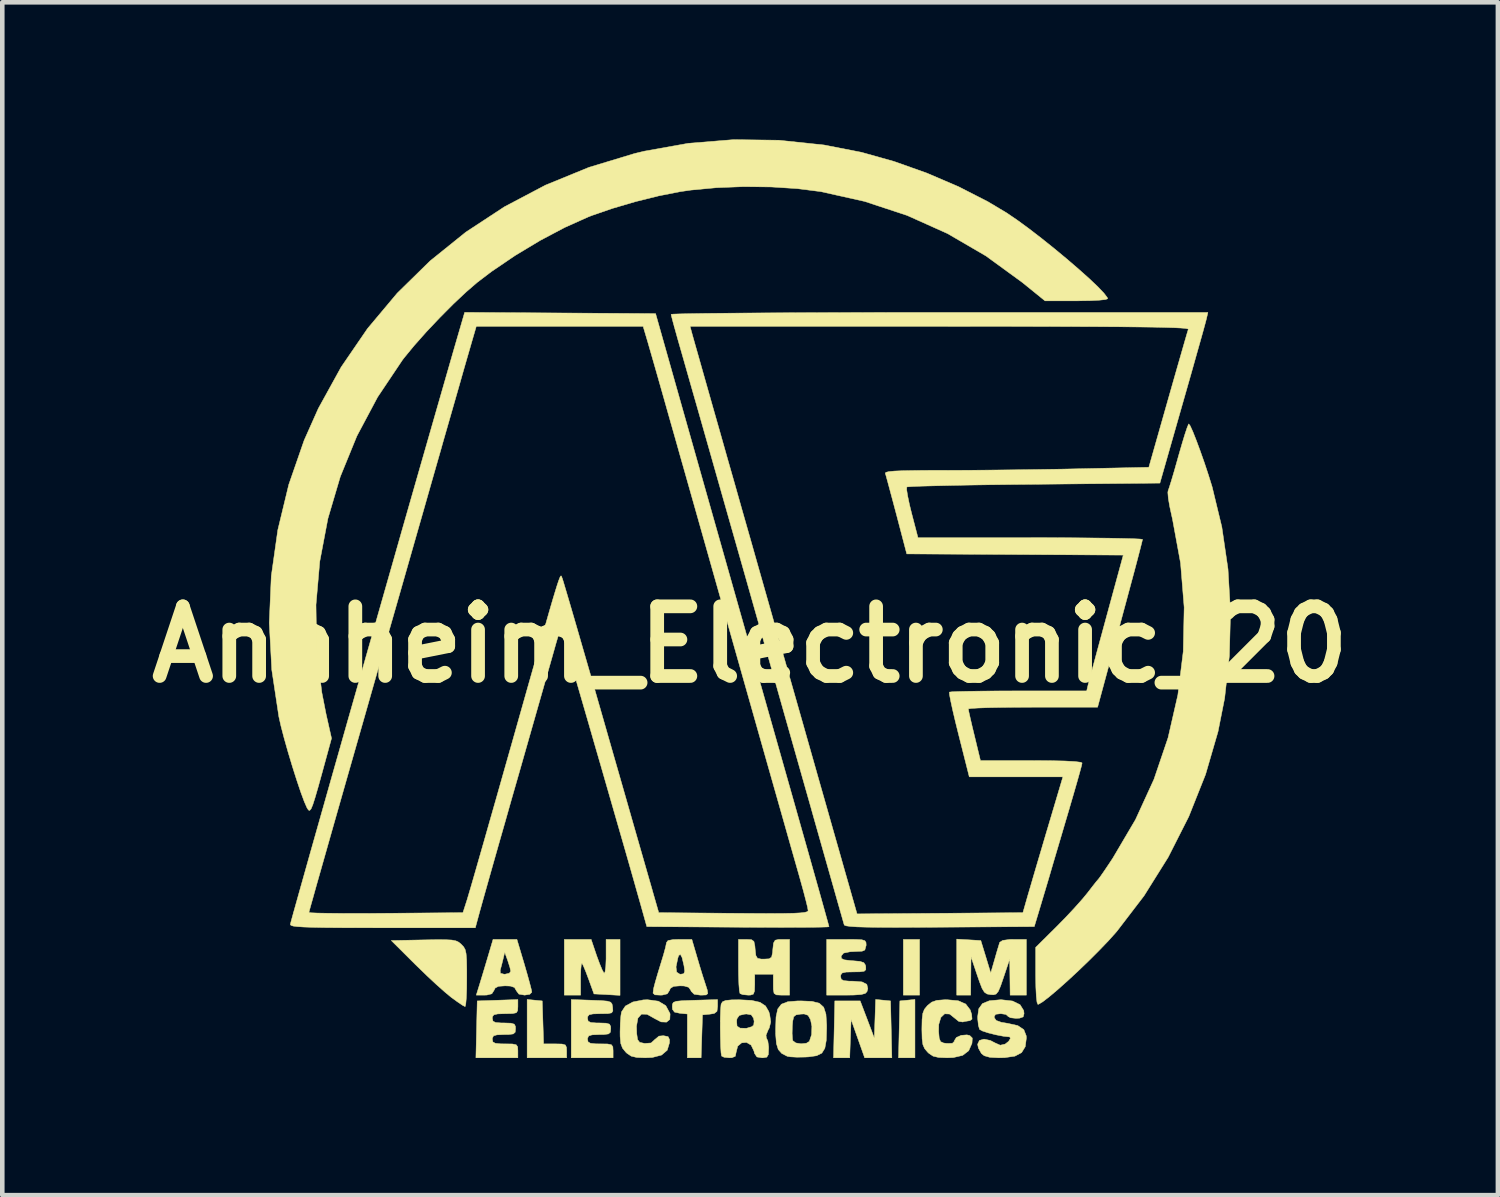
<source format=kicad_pcb>
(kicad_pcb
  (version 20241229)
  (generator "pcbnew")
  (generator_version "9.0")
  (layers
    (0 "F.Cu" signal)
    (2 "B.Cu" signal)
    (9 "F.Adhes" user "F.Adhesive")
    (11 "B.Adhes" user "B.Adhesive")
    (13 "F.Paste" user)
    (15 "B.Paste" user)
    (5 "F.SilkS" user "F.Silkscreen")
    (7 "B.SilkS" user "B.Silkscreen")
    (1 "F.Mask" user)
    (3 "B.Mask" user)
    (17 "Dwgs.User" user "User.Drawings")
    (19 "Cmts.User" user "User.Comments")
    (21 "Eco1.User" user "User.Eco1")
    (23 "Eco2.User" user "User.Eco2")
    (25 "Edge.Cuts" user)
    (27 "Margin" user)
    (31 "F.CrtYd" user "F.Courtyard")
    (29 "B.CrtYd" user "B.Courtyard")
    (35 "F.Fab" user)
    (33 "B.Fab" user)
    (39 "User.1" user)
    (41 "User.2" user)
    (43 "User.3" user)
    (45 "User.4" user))
  (footprint "Anaheim_Electronic_20"
    (layer "F.Cu")
    (at 13.36 11.05)
    (property "Reference" "Anaheim_Electronic_20" (at 0 0 0) (layer "F.SilkS") (effects (font (size 1.524 1.524) (thickness 0.3))))
    (attr through_hole)
    (fp_poly (pts (xy 3.607 9.042) (xy 3.248 9.042) (xy 3.277 7.798) (xy 3.607 7.766) (xy 3.607 9.042)) (stroke (width 0.01) (type solid)) (fill yes) (layer "F.SilkS"))
    (fp_poly (pts (xy 3.708 7.671) (xy 3.353 7.671) (xy 3.353 6.452) (xy 3.708 6.452) (xy 3.708 7.671)) (stroke (width 0.01) (type solid)) (fill yes) (layer "F.SilkS"))
    (fp_poly (pts (xy -4.547 7.798) (xy -4.517 8.738) (xy -4.265 8.738) (xy -4.116 8.741) (xy -4.041 8.762) (xy -4.016 8.816) (xy -4.013 8.89) (xy -4.013 9.042) (xy -4.877 9.042) (xy -4.877 7.766) (xy -4.547 7.798)) (stroke (width 0.01) (type solid)) (fill yes) (layer "F.SilkS"))
    (fp_poly (pts (xy 2.91 7.782) (xy 3.073 7.798) (xy 3.088 8.42) (xy 3.102 9.042) (xy 2.507 9.042) (xy 2.21 8.204) (xy 2.195 8.623) (xy 2.18 9.042) (xy 1.826 9.042) (xy 1.854 7.798) (xy 2.409 7.798) (xy 2.564 8.204) (xy 2.718 8.611) (xy 2.733 8.188) (xy 2.747 7.766) (xy 2.91 7.782)) (stroke (width 0.01) (type solid)) (fill yes) (layer "F.SilkS"))
    (fp_poly (pts (xy -0.711 7.92) (xy -0.724 8.026) (xy -0.784 8.072) (xy -0.876 8.087) (xy -1.041 8.103) (xy -1.056 8.572) (xy -1.071 9.042) (xy -1.372 9.042) (xy -1.372 8.084) (xy -1.537 8.068) (xy -1.653 8.043) (xy -1.697 7.984) (xy -1.702 7.925) (xy -1.698 7.866) (xy -1.675 7.829) (xy -1.613 7.806) (xy -1.494 7.794) (xy -1.298 7.786) (xy -1.206 7.783) (xy -0.711 7.769) (xy -0.711 7.92)) (stroke (width 0.01) (type solid)) (fill yes) (layer "F.SilkS"))
    (fp_poly (pts (xy -3.356 6.81) (xy -3.291 6.986) (xy -3.234 7.122) (xy -3.195 7.191) (xy -3.192 7.194) (xy -3.172 7.16) (xy -3.157 7.047) (xy -3.15 6.878) (xy -3.15 6.836) (xy -3.15 6.452) (xy -2.845 6.452) (xy -2.845 7.676) (xy -3.415 7.645) (xy -3.531 7.325) (xy -3.594 7.157) (xy -3.647 7.031) (xy -3.678 6.973) (xy -3.693 7.004) (xy -3.703 7.114) (xy -3.708 7.28) (xy -3.708 7.307) (xy -3.708 7.671) (xy -4.064 7.671) (xy -4.064 6.452) (xy -3.477 6.452) (xy -3.356 6.81)) (stroke (width 0.01) (type solid)) (fill yes) (layer "F.SilkS"))
    (fp_poly (pts (xy -6.66 6.459) (xy -6.525 6.466) (xy -6.436 6.484) (xy -6.374 6.513) (xy -6.321 6.557) (xy -6.317 6.561) (xy -6.267 6.614) (xy -6.233 6.675) (xy -6.213 6.763) (xy -6.202 6.9) (xy -6.198 7.105) (xy -6.198 7.299) (xy -6.2 7.537) (xy -6.208 7.733) (xy -6.22 7.868) (xy -6.234 7.922) (xy -6.236 7.922) (xy -6.293 7.892) (xy -6.405 7.816) (xy -6.541 7.717) (xy -6.677 7.604) (xy -6.862 7.44) (xy -7.073 7.243) (xy -7.288 7.035) (xy -7.328 6.996) (xy -7.849 6.477) (xy -7.142 6.463) (xy -6.86 6.458) (xy -6.66 6.459)) (stroke (width 0.01) (type solid)) (fill yes) (layer "F.SilkS"))
    (fp_poly (pts (xy 5.048 6.477) (xy 5.157 6.833) (xy 5.265 7.188) (xy 5.353 6.883) (xy 5.402 6.712) (xy 5.443 6.577) (xy 5.462 6.515) (xy 5.527 6.474) (xy 5.681 6.453) (xy 5.764 6.452) (xy 6.045 6.452) (xy 6.045 7.671) (xy 5.69 7.671) (xy 5.68 6.883) (xy 5.547 7.279) (xy 5.48 7.474) (xy 5.43 7.59) (xy 5.383 7.647) (xy 5.326 7.664) (xy 5.261 7.66) (xy 5.184 7.646) (xy 5.127 7.607) (xy 5.076 7.525) (xy 5.019 7.378) (xy 4.971 7.239) (xy 4.834 6.833) (xy 4.826 7.671) (xy 4.521 7.671) (xy 4.521 6.446) (xy 5.048 6.477)) (stroke (width 0.01) (type solid)) (fill yes) (layer "F.SilkS"))
    (fp_poly (pts (xy 0.031 6.458) (xy 0.084 6.496) (xy 0.105 6.594) (xy 0.111 6.668) (xy 0.126 6.803) (xy 0.162 6.865) (xy 0.243 6.883) (xy 0.305 6.883) (xy 0.417 6.877) (xy 0.471 6.84) (xy 0.492 6.742) (xy 0.498 6.668) (xy 0.513 6.532) (xy 0.549 6.47) (xy 0.629 6.452) (xy 0.689 6.452) (xy 0.864 6.452) (xy 0.864 7.671) (xy 0.686 7.671) (xy 0.577 7.666) (xy 0.525 7.633) (xy 0.509 7.544) (xy 0.508 7.442) (xy 0.508 7.214) (xy 0.102 7.214) (xy 0.102 7.442) (xy 0.097 7.583) (xy 0.071 7.65) (xy 0.008 7.67) (xy -0.042 7.671) (xy -0.159 7.66) (xy -0.22 7.637) (xy -0.234 7.575) (xy -0.245 7.434) (xy -0.252 7.235) (xy -0.254 7.027) (xy -0.254 6.452) (xy -0.079 6.452) (xy 0.031 6.458)) (stroke (width 0.01) (type solid)) (fill yes) (layer "F.SilkS"))
    (fp_poly (pts (xy -5.08 7.923) (xy -5.085 8.011) (xy -5.115 8.057) (xy -5.196 8.074) (xy -5.353 8.077) (xy -5.359 8.077) (xy -5.521 8.082) (xy -5.605 8.101) (xy -5.636 8.143) (xy -5.639 8.179) (xy -5.625 8.24) (xy -5.569 8.27) (xy -5.444 8.28) (xy -5.385 8.28) (xy -5.234 8.285) (xy -5.159 8.306) (xy -5.133 8.356) (xy -5.131 8.407) (xy -5.139 8.483) (xy -5.181 8.52) (xy -5.283 8.533) (xy -5.385 8.534) (xy -5.537 8.54) (xy -5.613 8.562) (xy -5.638 8.613) (xy -5.639 8.636) (xy -5.627 8.695) (xy -5.574 8.725) (xy -5.457 8.737) (xy -5.359 8.738) (xy -5.2 8.74) (xy -5.117 8.757) (xy -5.085 8.802) (xy -5.08 8.888) (xy -5.08 8.89) (xy -5.08 9.042) (xy -5.998 9.042) (xy -5.969 7.798) (xy -5.08 7.768) (xy -5.08 7.923)) (stroke (width 0.01) (type solid)) (fill yes) (layer "F.SilkS"))
    (fp_poly (pts (xy -4.938 6.998) (xy -4.873 7.223) (xy -4.82 7.415) (xy -4.785 7.552) (xy -4.775 7.607) (xy -4.82 7.653) (xy -4.932 7.671) (xy -5.058 7.649) (xy -5.115 7.573) (xy -5.116 7.569) (xy -5.155 7.503) (xy -5.244 7.473) (xy -5.359 7.468) (xy -5.504 7.478) (xy -5.577 7.516) (xy -5.603 7.569) (xy -5.65 7.642) (xy -5.757 7.669) (xy -5.809 7.671) (xy -5.99 7.671) (xy -5.915 7.429) (xy -5.862 7.254) (xy -5.823 7.125) (xy -5.467 7.125) (xy -5.463 7.192) (xy -5.384 7.213) (xy -5.363 7.214) (xy -5.267 7.192) (xy -5.236 7.15) (xy -5.255 7.062) (xy -5.297 6.931) (xy -5.304 6.91) (xy -5.368 6.733) (xy -5.404 6.884) (xy -5.439 7.025) (xy -5.467 7.125) (xy -5.823 7.125) (xy -5.795 7.031) (xy -5.732 6.82) (xy -5.623 6.452) (xy -5.101 6.452) (xy -4.938 6.998)) (stroke (width 0.01) (type solid)) (fill yes) (layer "F.SilkS"))
    (fp_poly (pts (xy 2.317 6.453) (xy 2.445 6.46) (xy 2.511 6.48) (xy 2.536 6.518) (xy 2.54 6.579) (xy 2.511 6.684) (xy 2.451 6.71) (xy 2.339 6.715) (xy 2.192 6.722) (xy 2.185 6.723) (xy 2.046 6.751) (xy 1.992 6.817) (xy 1.999 6.869) (xy 2.061 6.899) (xy 2.199 6.916) (xy 2.245 6.919) (xy 2.404 6.933) (xy 2.489 6.961) (xy 2.524 7.015) (xy 2.531 7.048) (xy 2.532 7.114) (xy 2.497 7.148) (xy 2.402 7.161) (xy 2.264 7.163) (xy 2.101 7.167) (xy 2.016 7.186) (xy 1.985 7.227) (xy 1.981 7.264) (xy 1.994 7.324) (xy 2.047 7.354) (xy 2.165 7.365) (xy 2.255 7.366) (xy 2.45 7.382) (xy 2.554 7.435) (xy 2.576 7.529) (xy 2.558 7.595) (xy 2.52 7.634) (xy 2.429 7.658) (xy 2.268 7.669) (xy 2.103 7.671) (xy 1.676 7.671) (xy 1.676 6.452) (xy 2.108 6.452) (xy 2.317 6.453)) (stroke (width 0.01) (type solid)) (fill yes) (layer "F.SilkS"))
    (fp_poly (pts (xy -3.467 7.783) (xy -3.254 7.791) (xy -3.122 7.803) (xy -3.051 7.825) (xy -3.02 7.865) (xy -3.008 7.929) (xy -3.007 7.938) (xy -3.002 8.017) (xy -3.029 8.059) (xy -3.11 8.075) (xy -3.268 8.077) (xy -3.273 8.077) (xy -3.436 8.082) (xy -3.521 8.1) (xy -3.553 8.142) (xy -3.556 8.179) (xy -3.543 8.24) (xy -3.486 8.27) (xy -3.361 8.28) (xy -3.302 8.28) (xy -3.151 8.285) (xy -3.076 8.306) (xy -3.05 8.356) (xy -3.048 8.407) (xy -3.056 8.483) (xy -3.098 8.52) (xy -3.2 8.533) (xy -3.302 8.534) (xy -3.454 8.54) (xy -3.53 8.562) (xy -3.555 8.613) (xy -3.556 8.636) (xy -3.544 8.695) (xy -3.491 8.725) (xy -3.375 8.737) (xy -3.277 8.738) (xy -3.117 8.74) (xy -3.034 8.757) (xy -3.002 8.802) (xy -2.997 8.888) (xy -2.997 8.89) (xy -2.997 9.042) (xy -3.912 9.042) (xy -3.912 7.768) (xy -3.467 7.783)) (stroke (width 0.01) (type solid)) (fill yes) (layer "F.SilkS"))
    (fp_poly (pts (xy -2.006 7.804) (xy -1.844 7.902) (xy -1.755 8.067) (xy -1.75 8.085) (xy -1.756 8.203) (xy -1.828 8.262) (xy -1.947 8.257) (xy -2.087 8.184) (xy -2.254 8.09) (xy -2.376 8.087) (xy -2.454 8.174) (xy -2.485 8.351) (xy -2.48 8.514) (xy -2.461 8.644) (xy -2.416 8.704) (xy -2.317 8.726) (xy -2.302 8.728) (xy -2.166 8.718) (xy -2.089 8.647) (xy -2.089 8.647) (xy -1.993 8.568) (xy -1.895 8.559) (xy -1.794 8.579) (xy -1.762 8.644) (xy -1.764 8.716) (xy -1.813 8.877) (xy -1.936 8.982) (xy -2.139 9.035) (xy -2.294 9.042) (xy -2.479 9.035) (xy -2.6 9.006) (xy -2.693 8.944) (xy -2.72 8.918) (xy -2.791 8.831) (xy -2.829 8.729) (xy -2.843 8.578) (xy -2.844 8.473) (xy -2.839 8.284) (xy -2.826 8.12) (xy -2.812 8.037) (xy -2.728 7.91) (xy -2.564 7.821) (xy -2.337 7.776) (xy -2.243 7.772) (xy -2.006 7.804)) (stroke (width 0.01) (type solid)) (fill yes) (layer "F.SilkS"))
    (fp_poly (pts (xy 1.355 7.808) (xy 1.515 7.849) (xy 1.611 7.937) (xy 1.66 8.089) (xy 1.675 8.321) (xy 1.675 8.403) (xy 1.667 8.66) (xy 1.636 8.833) (xy 1.57 8.94) (xy 1.455 8.997) (xy 1.279 9.022) (xy 1.206 9.026) (xy 1.026 9.029) (xy 0.881 9.021) (xy 0.813 9.009) (xy 0.693 8.947) (xy 0.617 8.861) (xy 0.576 8.73) (xy 0.56 8.532) (xy 0.56 8.51) (xy 0.92 8.51) (xy 0.928 8.634) (xy 0.935 8.668) (xy 1 8.717) (xy 1.115 8.736) (xy 1.231 8.724) (xy 1.297 8.684) (xy 1.346 8.536) (xy 1.352 8.353) (xy 1.323 8.209) (xy 1.269 8.113) (xy 1.183 8.083) (xy 1.105 8.087) (xy 1.006 8.103) (xy 0.955 8.144) (xy 0.933 8.24) (xy 0.924 8.35) (xy 0.92 8.51) (xy 0.56 8.51) (xy 0.559 8.407) (xy 0.568 8.149) (xy 0.605 7.975) (xy 0.685 7.87) (xy 0.824 7.816) (xy 1.034 7.799) (xy 1.118 7.798) (xy 1.355 7.808)) (stroke (width 0.01) (type solid)) (fill yes) (layer "F.SilkS"))
    (fp_poly (pts (xy -1.166 6.82) (xy -1.102 7.037) (xy -1.037 7.249) (xy -0.986 7.406) (xy -0.937 7.558) (xy -0.925 7.637) (xy -0.961 7.667) (xy -1.052 7.671) (xy -1.089 7.671) (xy -1.223 7.652) (xy -1.288 7.588) (xy -1.295 7.569) (xy -1.342 7.5) (xy -1.442 7.471) (xy -1.532 7.468) (xy -1.673 7.479) (xy -1.743 7.522) (xy -1.763 7.569) (xy -1.811 7.643) (xy -1.921 7.67) (xy -1.966 7.671) (xy -2.082 7.665) (xy -2.123 7.628) (xy -2.111 7.532) (xy -2.108 7.516) (xy -2.076 7.393) (xy -2.023 7.21) (xy -1.975 7.053) (xy -1.62 7.053) (xy -1.606 7.168) (xy -1.538 7.212) (xy -1.518 7.214) (xy -1.45 7.203) (xy -1.43 7.151) (xy -1.445 7.03) (xy -1.447 7.023) (xy -1.487 6.851) (xy -1.525 6.778) (xy -1.562 6.806) (xy -1.58 6.859) (xy -1.62 7.053) (xy -1.975 7.053) (xy -1.96 7.004) (xy -1.951 6.976) (xy -1.893 6.785) (xy -1.85 6.627) (xy -1.83 6.531) (xy -1.829 6.521) (xy -1.795 6.477) (xy -1.684 6.456) (xy -1.552 6.452) (xy -1.274 6.452) (xy -1.166 6.82)) (stroke (width 0.01) (type solid)) (fill yes) (layer "F.SilkS"))
    (fp_poly (pts (xy 4.553 7.794) (xy 4.718 7.866) (xy 4.816 7.994) (xy 4.847 8.09) (xy 4.856 8.195) (xy 4.812 8.229) (xy 4.806 8.23) (xy 4.692 8.248) (xy 4.655 8.259) (xy 4.566 8.246) (xy 4.488 8.183) (xy 4.365 8.085) (xy 4.257 8.08) (xy 4.174 8.159) (xy 4.128 8.313) (xy 4.125 8.467) (xy 4.138 8.615) (xy 4.168 8.689) (xy 4.234 8.719) (xy 4.305 8.728) (xy 4.425 8.726) (xy 4.469 8.682) (xy 4.47 8.666) (xy 4.514 8.597) (xy 4.619 8.551) (xy 4.744 8.541) (xy 4.806 8.555) (xy 4.862 8.61) (xy 4.855 8.725) (xy 4.855 8.725) (xy 4.783 8.888) (xy 4.651 8.989) (xy 4.446 9.037) (xy 4.31 9.042) (xy 4.125 9.035) (xy 4.004 9.006) (xy 3.911 8.944) (xy 3.884 8.918) (xy 3.819 8.841) (xy 3.781 8.754) (xy 3.764 8.627) (xy 3.759 8.431) (xy 3.759 8.407) (xy 3.763 8.203) (xy 3.779 8.071) (xy 3.814 7.981) (xy 3.876 7.905) (xy 3.884 7.897) (xy 3.975 7.824) (xy 4.084 7.786) (xy 4.246 7.773) (xy 4.31 7.772) (xy 4.553 7.794)) (stroke (width 0.01) (type solid)) (fill yes) (layer "F.SilkS"))
    (fp_poly (pts (xy 5.741 7.8) (xy 5.906 7.88) (xy 5.987 8.01) (xy 5.994 8.077) (xy 5.975 8.147) (xy 5.897 8.175) (xy 5.817 8.179) (xy 5.699 8.166) (xy 5.64 8.135) (xy 5.639 8.128) (xy 5.595 8.093) (xy 5.488 8.077) (xy 5.483 8.077) (xy 5.373 8.09) (xy 5.341 8.139) (xy 5.344 8.166) (xy 5.384 8.225) (xy 5.492 8.265) (xy 5.637 8.289) (xy 5.857 8.338) (xy 5.989 8.427) (xy 6.042 8.562) (xy 6.045 8.608) (xy 6.02 8.799) (xy 5.94 8.929) (xy 5.794 9.006) (xy 5.569 9.039) (xy 5.441 9.042) (xy 5.246 9.032) (xy 5.123 8.997) (xy 5.062 8.949) (xy 4.996 8.832) (xy 4.978 8.746) (xy 5.018 8.662) (xy 5.118 8.634) (xy 5.256 8.663) (xy 5.358 8.716) (xy 5.473 8.767) (xy 5.578 8.743) (xy 5.585 8.739) (xy 5.657 8.682) (xy 5.696 8.619) (xy 5.681 8.585) (xy 5.677 8.585) (xy 5.544 8.571) (xy 5.378 8.539) (xy 5.214 8.498) (xy 5.084 8.456) (xy 5.021 8.421) (xy 4.995 8.332) (xy 4.98 8.189) (xy 4.979 8.144) (xy 5.003 7.97) (xy 5.084 7.856) (xy 5.236 7.794) (xy 5.47 7.773) (xy 5.498 7.772) (xy 5.741 7.8)) (stroke (width 0.01) (type solid)) (fill yes) (layer "F.SilkS"))
    (fp_poly (pts (xy 0.031 7.786) (xy 0.217 7.828) (xy 0.338 7.908) (xy 0.411 8.034) (xy 0.429 8.097) (xy 0.452 8.258) (xy 0.42 8.389) (xy 0.394 8.437) (xy 0.349 8.547) (xy 0.357 8.611) (xy 0.359 8.612) (xy 0.389 8.678) (xy 0.406 8.803) (xy 0.406 8.842) (xy 0.4 8.971) (xy 0.366 9.028) (xy 0.284 9.042) (xy 0.26 9.042) (xy 0.15 9.024) (xy 0.098 8.947) (xy 0.085 8.894) (xy 0.023 8.765) (xy -0.077 8.706) (xy -0.185 8.715) (xy -0.271 8.788) (xy -0.305 8.922) (xy -0.323 9.009) (xy -0.398 9.04) (xy -0.454 9.042) (xy -0.567 9.031) (xy -0.623 9.004) (xy -0.635 8.932) (xy -0.644 8.785) (xy -0.649 8.591) (xy -0.652 8.376) (xy -0.651 8.238) (xy -0.295 8.238) (xy -0.285 8.349) (xy -0.219 8.393) (xy -0.079 8.397) (xy 0.04 8.361) (xy 0.08 8.325) (xy 0.089 8.244) (xy 0.075 8.175) (xy 0.026 8.102) (xy -0.076 8.084) (xy -0.119 8.087) (xy -0.236 8.115) (xy -0.286 8.186) (xy -0.295 8.238) (xy -0.651 8.238) (xy -0.651 8.169) (xy -0.645 7.996) (xy -0.636 7.884) (xy -0.632 7.865) (xy -0.602 7.816) (xy -0.534 7.788) (xy -0.406 7.775) (xy -0.238 7.773) (xy 0.031 7.786)) (stroke (width 0.01) (type solid)) (fill yes) (layer "F.SilkS"))
    (fp_poly (pts (xy 9.631 -4.78) (xy 9.688 -4.654) (xy 9.762 -4.467) (xy 9.848 -4.235) (xy 9.939 -3.977) (xy 10.028 -3.708) (xy 10.109 -3.448) (xy 10.321 -2.571) (xy 10.456 -1.649) (xy 10.511 -0.703) (xy 10.486 0.247) (xy 10.382 1.179) (xy 10.238 1.905) (xy 9.965 2.843) (xy 9.598 3.765) (xy 9.147 4.655) (xy 8.62 5.497) (xy 8.026 6.273) (xy 8.004 6.299) (xy 7.838 6.484) (xy 7.636 6.694) (xy 7.412 6.918) (xy 7.179 7.142) (xy 6.948 7.356) (xy 6.733 7.548) (xy 6.547 7.705) (xy 6.402 7.817) (xy 6.311 7.871) (xy 6.297 7.874) (xy 6.277 7.826) (xy 6.262 7.693) (xy 6.252 7.491) (xy 6.248 7.251) (xy 6.248 6.627) (xy 6.708 6.171) (xy 6.909 5.966) (xy 7.105 5.756) (xy 7.274 5.566) (xy 7.381 5.436) (xy 7.492 5.292) (xy 7.578 5.183) (xy 7.623 5.131) (xy 7.623 5.131) (xy 7.661 5.08) (xy 7.742 4.964) (xy 7.852 4.801) (xy 7.936 4.674) (xy 8.433 3.83) (xy 8.836 2.95) (xy 9.145 2.04) (xy 9.359 1.105) (xy 9.477 0.153) (xy 9.497 -0.812) (xy 9.418 -1.782) (xy 9.24 -2.751) (xy 9.228 -2.802) (xy 9.181 -3.018) (xy 9.15 -3.2) (xy 9.14 -3.324) (xy 9.145 -3.361) (xy 9.17 -3.433) (xy 9.217 -3.582) (xy 9.279 -3.791) (xy 9.349 -4.038) (xy 9.374 -4.128) (xy 9.446 -4.377) (xy 9.509 -4.586) (xy 9.56 -4.739) (xy 9.592 -4.818) (xy 9.598 -4.826) (xy 9.631 -4.78)) (stroke (width 0.01) (type solid)) (fill yes) (layer "F.SilkS"))
    (fp_poly (pts (xy 0.632 -11.032) (xy 1.619 -10.928) (xy 2.438 -10.768) (xy 3.15 -10.568) (xy 3.868 -10.313) (xy 4.563 -10.015) (xy 5.206 -9.686) (xy 5.617 -9.44) (xy 5.843 -9.286) (xy 6.099 -9.099) (xy 6.373 -8.888) (xy 6.654 -8.663) (xy 6.929 -8.435) (xy 7.187 -8.213) (xy 7.417 -8.008) (xy 7.606 -7.829) (xy 7.742 -7.686) (xy 7.815 -7.59) (xy 7.823 -7.564) (xy 7.775 -7.547) (xy 7.645 -7.533) (xy 7.449 -7.523) (xy 7.208 -7.519) (xy 7.138 -7.518) (xy 6.453 -7.518) (xy 5.957 -7.92) (xy 5.161 -8.5) (xy 4.32 -8.99) (xy 3.435 -9.387) (xy 2.505 -9.694) (xy 1.547 -9.908) (xy 1.037 -9.973) (xy 0.464 -10.01) (xy -0.138 -10.017) (xy -0.733 -9.994) (xy -1.289 -9.942) (xy -1.531 -9.907) (xy -2.003 -9.814) (xy -2.509 -9.688) (xy -3.009 -9.541) (xy -3.459 -9.386) (xy -3.541 -9.354) (xy -4.052 -9.125) (xy -4.597 -8.837) (xy -5.143 -8.508) (xy -5.66 -8.157) (xy -5.969 -7.922) (xy -6.21 -7.714) (xy -6.492 -7.449) (xy -6.79 -7.149) (xy -7.084 -6.838) (xy -7.35 -6.538) (xy -7.567 -6.274) (xy -7.606 -6.223) (xy -8.148 -5.414) (xy -8.602 -4.561) (xy -8.965 -3.672) (xy -9.236 -2.756) (xy -9.414 -1.818) (xy -9.497 -0.867) (xy -9.483 0.09) (xy -9.37 1.045) (xy -9.276 1.524) (xy -9.157 2.053) (xy -9.359 2.792) (xy -9.448 3.113) (xy -9.516 3.347) (xy -9.566 3.504) (xy -9.604 3.595) (xy -9.635 3.631) (xy -9.662 3.622) (xy -9.69 3.579) (xy -9.694 3.572) (xy -9.753 3.438) (xy -9.831 3.227) (xy -9.92 2.962) (xy -10.015 2.663) (xy -10.108 2.353) (xy -10.193 2.053) (xy -10.263 1.785) (xy -10.309 1.581) (xy -10.464 0.554) (xy -10.519 -0.474) (xy -10.475 -1.496) (xy -10.332 -2.506) (xy -10.092 -3.499) (xy -9.756 -4.467) (xy -9.445 -5.165) (xy -8.946 -6.07) (xy -8.37 -6.911) (xy -7.72 -7.686) (xy -7.001 -8.391) (xy -6.218 -9.022) (xy -5.374 -9.576) (xy -4.475 -10.05) (xy -3.525 -10.439) (xy -2.528 -10.741) (xy -2.311 -10.793) (xy -1.35 -10.965) (xy -0.363 -11.045) (xy 0.632 -11.032)) (stroke (width 0.01) (type solid)) (fill yes) (layer "F.SilkS"))
    (fp_poly (pts (xy -2.067 -7.239) (xy -1.514 -5.283) (xy -1.116 -3.877) (xy -0.693 -2.383) (xy -0.248 -0.812) (xy 0.217 0.826) (xy 0.698 2.522) (xy 0.988 3.545) (xy 1.128 4.041) (xy 1.26 4.506) (xy 1.38 4.932) (xy 1.487 5.311) (xy 1.577 5.632) (xy 1.648 5.887) (xy 1.698 6.066) (xy 1.724 6.162) (xy 1.727 6.175) (xy 1.678 6.18) (xy 1.538 6.184) (xy 1.319 6.187) (xy 1.03 6.188) (xy 0.683 6.189) (xy 0.289 6.188) (xy -0.141 6.186) (xy -0.266 6.185) (xy -2.259 6.172) (xy -2.394 5.69) (xy -2.454 5.479) (xy -2.533 5.199) (xy -2.629 4.862) (xy -2.739 4.477) (xy -2.861 4.054) (xy -2.991 3.603) (xy -3.126 3.134) (xy -3.263 2.658) (xy -3.401 2.183) (xy -3.534 1.721) (xy -3.662 1.28) (xy -3.78 0.873) (xy -3.887 0.507) (xy -3.978 0.194) (xy -4.052 -0.057) (xy -4.104 -0.235) (xy -4.134 -0.331) (xy -4.138 -0.345) (xy -4.158 -0.307) (xy -4.196 -0.194) (xy -4.245 -0.028) (xy -4.256 0.011) (xy -4.29 0.132) (xy -4.349 0.34) (xy -4.43 0.624) (xy -4.529 0.973) (xy -4.644 1.375) (xy -4.771 1.82) (xy -4.907 2.297) (xy -5.049 2.795) (xy -5.078 2.896) (xy -5.222 3.397) (xy -5.359 3.881) (xy -5.489 4.335) (xy -5.607 4.75) (xy -5.71 5.114) (xy -5.795 5.415) (xy -5.859 5.643) (xy -5.899 5.787) (xy -5.904 5.804) (xy -6.011 6.198) (xy -8.035 6.198) (xy -8.549 6.197) (xy -8.971 6.196) (xy -9.309 6.193) (xy -9.571 6.188) (xy -9.767 6.181) (xy -9.905 6.172) (xy -9.993 6.161) (xy -10.042 6.146) (xy -10.058 6.128) (xy -10.058 6.125) (xy -10.045 6.07) (xy -10.005 5.924) (xy -9.988 5.863) (xy -9.652 5.863) (xy -9.603 5.87) (xy -9.465 5.876) (xy -9.248 5.88) (xy -8.965 5.883) (xy -8.628 5.884) (xy -8.248 5.883) (xy -7.967 5.881) (xy -6.282 5.867) (xy -6.192 5.588) (xy -6.163 5.49) (xy -6.108 5.304) (xy -6.031 5.038) (xy -5.935 4.703) (xy -5.821 4.306) (xy -5.694 3.859) (xy -5.554 3.369) (xy -5.406 2.847) (xy -5.251 2.301) (xy -5.232 2.235) (xy -5.034 1.535) (xy -4.862 0.926) (xy -4.713 0.402) (xy -4.587 -0.042) (xy -4.481 -0.414) (xy -4.394 -0.719) (xy -4.323 -0.963) (xy -4.266 -1.152) (xy -4.222 -1.294) (xy -4.189 -1.393) (xy -4.165 -1.457) (xy -4.148 -1.491) (xy -4.136 -1.502) (xy -4.127 -1.495) (xy -4.12 -1.477) (xy -4.112 -1.454) (xy -4.109 -1.448) (xy -4.088 -1.382) (xy -4.042 -1.228) (xy -3.972 -0.992) (xy -3.882 -0.685) (xy -3.774 -0.314) (xy -3.651 0.112) (xy -3.514 0.584) (xy -3.367 1.095) (xy -3.212 1.635) (xy -3.171 1.778) (xy -3.011 2.337) (xy -2.855 2.88) (xy -2.707 3.396) (xy -2.57 3.875) (xy -2.446 4.307) (xy -2.338 4.683) (xy -2.249 4.993) (xy -2.182 5.226) (xy -2.14 5.372) (xy -2.137 5.385) (xy -1.998 5.867) (xy -0.364 5.881) (xy 0.092 5.884) (xy 0.457 5.885) (xy 0.74 5.884) (xy 0.951 5.88) (xy 1.099 5.872) (xy 1.195 5.861) (xy 1.248 5.847) (xy 1.269 5.828) (xy 1.27 5.82) (xy 1.257 5.746) (xy 1.22 5.595) (xy 1.165 5.385) (xy 1.096 5.137) (xy 1.07 5.044) (xy 0.995 4.781) (xy 0.896 4.434) (xy 0.774 4.002) (xy 0.627 3.484) (xy 0.455 2.879) (xy 0.258 2.185) (xy 0.036 1.401) (xy -0.212 0.526) (xy -0.486 -0.442) (xy -0.786 -1.503) (xy -1.113 -2.659) (xy -1.468 -3.912) (xy -1.497 -4.013) (xy -1.631 -4.488) (xy -1.761 -4.944) (xy -1.881 -5.369) (xy -1.99 -5.753) (xy -2.084 -6.082) (xy -2.16 -6.346) (xy -2.214 -6.533) (xy -2.238 -6.617) (xy -2.34 -6.96) (xy -4.165 -6.96) (xy -5.99 -6.96) (xy -6.09 -6.617) (xy -6.126 -6.492) (xy -6.187 -6.282) (xy -6.268 -6.001) (xy -6.365 -5.659) (xy -6.476 -5.272) (xy -6.597 -4.85) (xy -6.724 -4.408) (xy -6.756 -4.293) (xy -6.863 -3.92) (xy -6.994 -3.462) (xy -7.145 -2.931) (xy -7.314 -2.341) (xy -7.496 -1.704) (xy -7.688 -1.032) (xy -7.887 -0.338) (xy -8.088 0.365) (xy -8.288 1.064) (xy -8.483 1.748) (xy -8.487 1.761) (xy -8.665 2.383) (xy -8.835 2.977) (xy -8.994 3.535) (xy -9.141 4.051) (xy -9.273 4.516) (xy -9.389 4.925) (xy -9.487 5.269) (xy -9.563 5.542) (xy -9.618 5.736) (xy -9.647 5.843) (xy -9.652 5.863) (xy -9.988 5.863) (xy -9.941 5.695) (xy -9.855 5.388) (xy -9.749 5.011) (xy -9.625 4.57) (xy -9.484 4.072) (xy -9.329 3.525) (xy -9.162 2.934) (xy -8.984 2.308) (xy -8.798 1.652) (xy -8.604 0.973) (xy -8.407 0.279) (xy -8.206 -0.425) (xy -8.005 -1.13) (xy -7.805 -1.831) (xy -7.609 -2.52) (xy -7.417 -3.191) (xy -7.232 -3.837) (xy -7.056 -4.45) (xy -6.891 -5.025) (xy -6.739 -5.554) (xy -6.602 -6.031) (xy -6.482 -6.448) (xy -6.38 -6.799) (xy -6.344 -6.922) (xy -6.244 -7.266) (xy -2.067 -7.239)) (stroke (width 0.01) (type solid)) (fill yes) (layer "F.SilkS"))
    (fp_poly (pts (xy 9.984 -7.125) (xy 9.963 -7.044) (xy 9.918 -6.878) (xy 9.851 -6.639) (xy 9.766 -6.339) (xy 9.668 -5.99) (xy 9.558 -5.604) (xy 9.459 -5.258) (xy 8.966 -3.531) (xy 6.214 -3.505) (xy 5.695 -3.5) (xy 5.206 -3.494) (xy 4.758 -3.487) (xy 4.359 -3.479) (xy 4.019 -3.471) (xy 3.747 -3.464) (xy 3.553 -3.456) (xy 3.446 -3.449) (xy 3.428 -3.445) (xy 3.426 -3.385) (xy 3.448 -3.248) (xy 3.488 -3.057) (xy 3.533 -2.874) (xy 3.673 -2.337) (xy 6.129 -2.337) (xy 6.618 -2.336) (xy 7.074 -2.334) (xy 7.488 -2.33) (xy 7.851 -2.326) (xy 8.152 -2.32) (xy 8.381 -2.314) (xy 8.529 -2.307) (xy 8.586 -2.299) (xy 8.586 -2.299) (xy 8.573 -2.243) (xy 8.537 -2.1) (xy 8.48 -1.881) (xy 8.405 -1.597) (xy 8.314 -1.26) (xy 8.212 -0.88) (xy 8.101 -0.468) (xy 8.095 -0.445) (xy 7.603 1.372) (xy 6.189 1.372) (xy 5.822 1.373) (xy 5.49 1.377) (xy 5.207 1.382) (xy 4.985 1.39) (xy 4.837 1.399) (xy 4.776 1.408) (xy 4.775 1.41) (xy 4.786 1.472) (xy 4.817 1.611) (xy 4.862 1.805) (xy 4.908 1.994) (xy 5.04 2.54) (xy 6.152 2.54) (xy 6.563 2.542) (xy 6.882 2.549) (xy 7.106 2.561) (xy 7.234 2.577) (xy 7.264 2.592) (xy 7.251 2.655) (xy 7.212 2.799) (xy 7.153 3.009) (xy 7.078 3.269) (xy 6.992 3.563) (xy 6.983 3.595) (xy 6.888 3.916) (xy 6.796 4.228) (xy 6.713 4.508) (xy 6.646 4.734) (xy 6.604 4.877) (xy 6.545 5.08) (xy 6.469 5.335) (xy 6.39 5.599) (xy 6.363 5.69) (xy 6.218 6.172) (xy 4.149 6.185) (xy 3.614 6.188) (xy 3.174 6.189) (xy 2.819 6.188) (xy 2.542 6.184) (xy 2.337 6.178) (xy 2.193 6.168) (xy 2.105 6.156) (xy 2.065 6.141) (xy 2.06 6.135) (xy 2.042 6.075) (xy 2 5.926) (xy 1.935 5.699) (xy 1.851 5.402) (xy 1.75 5.046) (xy 1.634 4.638) (xy 1.507 4.19) (xy 1.371 3.71) (xy 1.328 3.556) (xy 1.141 2.898) (xy 0.945 2.207) (xy 0.742 1.492) (xy 0.535 0.76) (xy 0.325 0.021) (xy 0.115 -0.718) (xy -0.092 -1.449) (xy -0.295 -2.162) (xy -0.491 -2.85) (xy -0.677 -3.504) (xy -0.851 -4.117) (xy -1.011 -4.679) (xy -1.154 -5.182) (xy -1.279 -5.618) (xy -1.382 -5.98) (xy -1.461 -6.257) (xy -1.501 -6.397) (xy -1.578 -6.665) (xy -1.643 -6.899) (xy -1.66 -6.96) (xy -1.313 -6.96) (xy -1.261 -6.769) (xy -1.243 -6.705) (xy -1.199 -6.549) (xy -1.131 -6.311) (xy -1.042 -5.996) (xy -0.933 -5.612) (xy -0.807 -5.167) (xy -0.664 -4.666) (xy -0.509 -4.118) (xy -0.341 -3.53) (xy -0.165 -2.908) (xy 0.02 -2.26) (xy 0.209 -1.593) (xy 0.402 -0.915) (xy 0.596 -0.232) (xy 0.79 0.449) (xy 0.981 1.12) (xy 1.167 1.773) (xy 1.346 2.403) (xy 1.516 3.002) (xy 1.676 3.562) (xy 1.822 4.077) (xy 1.954 4.539) (xy 2.068 4.941) (xy 2.164 5.276) (xy 2.238 5.537) (xy 2.264 5.627) (xy 2.34 5.894) (xy 4.155 5.881) (xy 5.969 5.867) (xy 6.078 5.486) (xy 6.126 5.323) (xy 6.196 5.083) (xy 6.283 4.787) (xy 6.381 4.456) (xy 6.483 4.11) (xy 6.516 4) (xy 6.844 2.896) (xy 4.796 2.896) (xy 4.565 1.982) (xy 4.493 1.692) (xy 4.433 1.437) (xy 4.389 1.234) (xy 4.363 1.097) (xy 4.36 1.042) (xy 4.415 1.035) (xy 4.559 1.029) (xy 4.78 1.024) (xy 5.063 1.02) (xy 5.396 1.017) (xy 5.767 1.016) (xy 5.875 1.016) (xy 7.364 1.016) (xy 7.397 0.876) (xy 7.419 0.791) (xy 7.464 0.623) (xy 7.528 0.385) (xy 7.607 0.092) (xy 7.698 -0.242) (xy 7.796 -0.602) (xy 7.798 -0.61) (xy 8.165 -1.956) (xy 5.797 -1.969) (xy 3.428 -1.982) (xy 3.205 -2.833) (xy 3.13 -3.115) (xy 3.063 -3.365) (xy 3.009 -3.566) (xy 2.972 -3.7) (xy 2.958 -3.747) (xy 2.972 -3.766) (xy 3.035 -3.782) (xy 3.156 -3.794) (xy 3.345 -3.802) (xy 3.611 -3.807) (xy 3.963 -3.81) (xy 4.274 -3.81) (xy 4.702 -3.811) (xy 5.2 -3.815) (xy 5.736 -3.821) (xy 6.28 -3.828) (xy 6.799 -3.836) (xy 7.169 -3.844) (xy 8.724 -3.877) (xy 9.144 -5.355) (xy 9.25 -5.727) (xy 9.348 -6.07) (xy 9.434 -6.369) (xy 9.504 -6.613) (xy 9.555 -6.789) (xy 9.584 -6.884) (xy 9.588 -6.896) (xy 9.574 -6.906) (xy 9.519 -6.916) (xy 9.42 -6.924) (xy 9.271 -6.931) (xy 9.067 -6.937) (xy 8.804 -6.943) (xy 8.477 -6.947) (xy 8.081 -6.951) (xy 7.612 -6.954) (xy 7.064 -6.956) (xy 6.432 -6.958) (xy 5.713 -6.959) (xy 4.901 -6.959) (xy 4.15 -6.96) (xy -1.313 -6.96) (xy -1.66 -6.96) (xy -1.693 -7.081) (xy -1.722 -7.195) (xy -1.727 -7.223) (xy -1.677 -7.228) (xy -1.532 -7.233) (xy -1.298 -7.238) (xy -0.982 -7.243) (xy -0.589 -7.247) (xy -0.126 -7.251) (xy 0.4 -7.255) (xy 0.984 -7.258) (xy 1.619 -7.26) (xy 2.298 -7.262) (xy 3.016 -7.264) (xy 3.766 -7.264) (xy 4.144 -7.264) (xy 10.016 -7.264) (xy 9.984 -7.125)) (stroke (width 0.01) (type solid)) (fill yes) (layer "F.SilkS")))
  (gr_rect
    (start -3 -3)
    (end 29.721 23.097)
    (stroke (width 0.1) (type default))
    (fill no)
    (layer "Edge.Cuts")))
</source>
